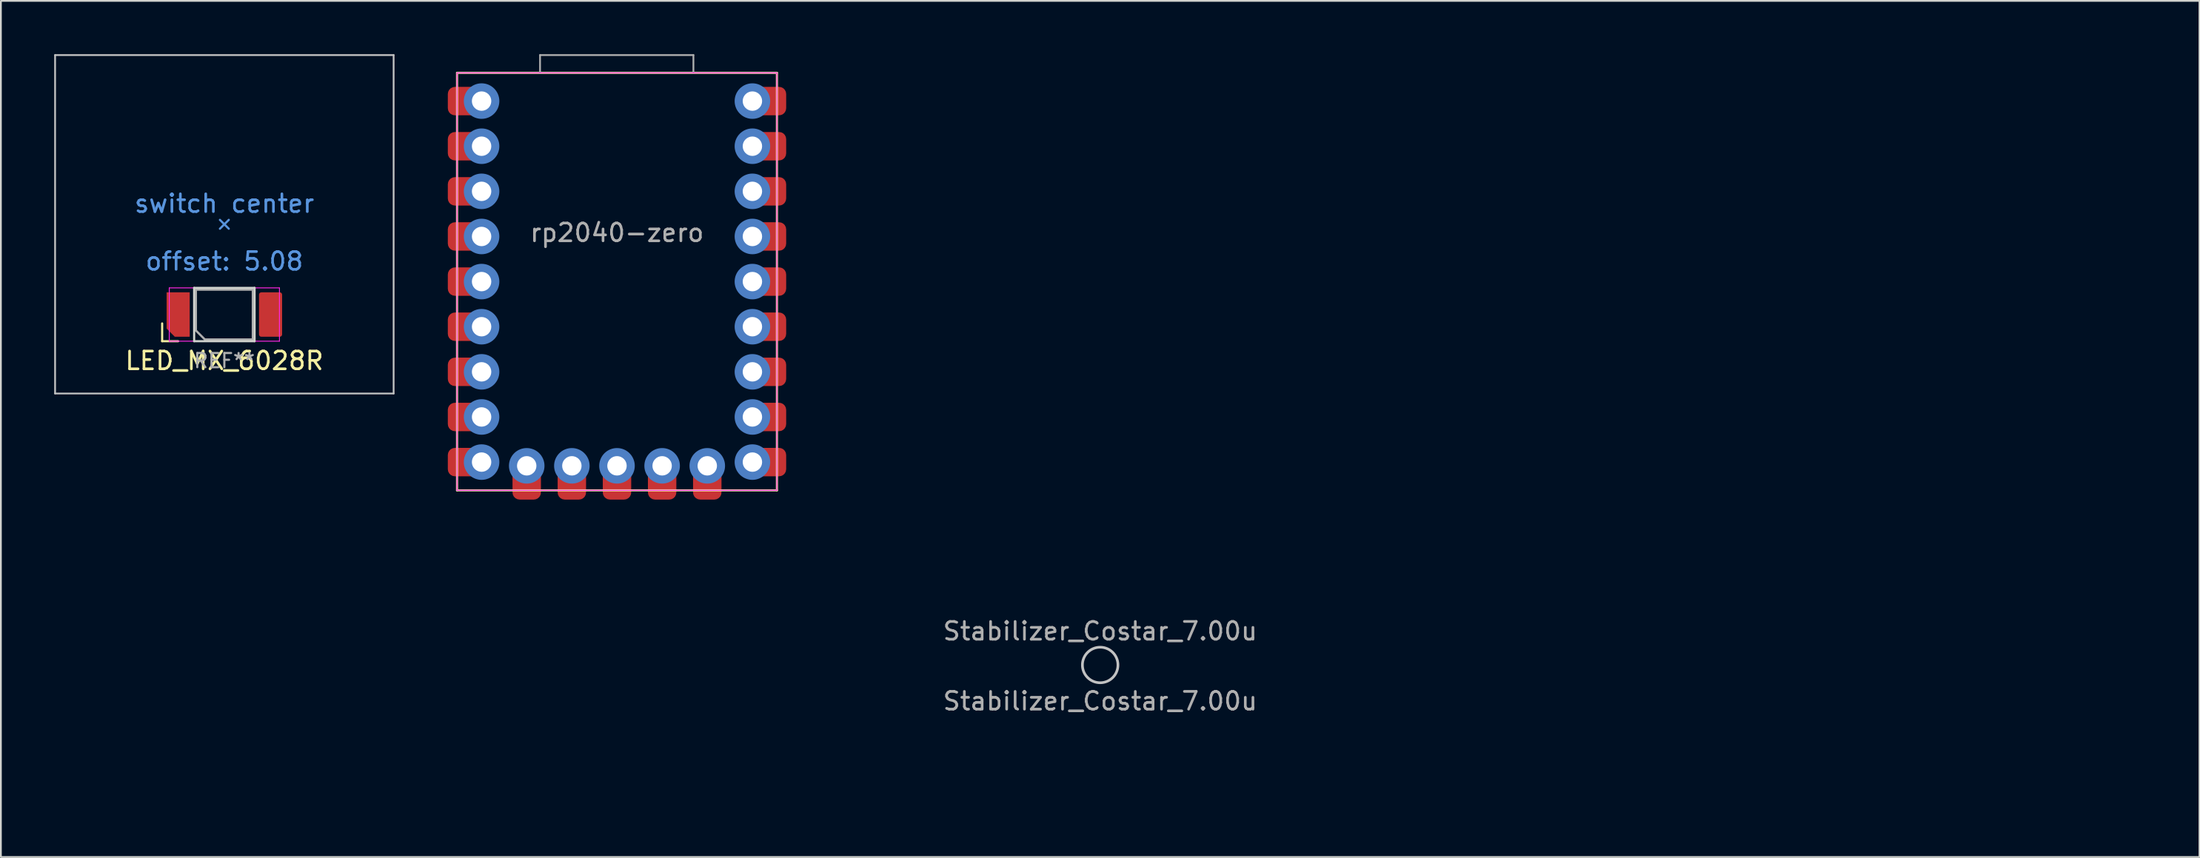
<source format=kicad_pcb>
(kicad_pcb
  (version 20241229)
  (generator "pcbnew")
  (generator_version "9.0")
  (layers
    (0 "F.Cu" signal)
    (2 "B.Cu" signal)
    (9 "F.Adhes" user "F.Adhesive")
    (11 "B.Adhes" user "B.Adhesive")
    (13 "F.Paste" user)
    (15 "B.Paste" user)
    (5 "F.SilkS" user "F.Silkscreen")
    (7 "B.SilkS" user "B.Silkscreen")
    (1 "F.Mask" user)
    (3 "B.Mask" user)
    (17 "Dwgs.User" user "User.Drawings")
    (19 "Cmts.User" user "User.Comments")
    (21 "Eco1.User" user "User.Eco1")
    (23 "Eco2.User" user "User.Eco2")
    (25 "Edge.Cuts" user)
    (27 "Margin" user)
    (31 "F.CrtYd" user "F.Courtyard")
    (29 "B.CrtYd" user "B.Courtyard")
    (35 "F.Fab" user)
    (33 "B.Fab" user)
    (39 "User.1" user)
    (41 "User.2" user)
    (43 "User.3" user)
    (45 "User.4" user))
  (footprint "LED_MX_6028R"
    (layer "F.Cu")
    (at 9.575 14.655)
    (property "Reference" "LED_MX_6028R" (at 0 2.6 0) (layer "F.SilkS") (effects (font (size 1 1) (thickness 0.15))))
    (attr smd)
    (fp_line (start -3.5 0.5) (end -3.5 1.5) (stroke (width 0.12) (type solid)) (layer "F.SilkS"))
    (fp_line (start -3.5 1.5) (end -2.6 1.5) (stroke (width 0.12) (type solid)) (layer "F.SilkS"))
    (fp_line (start -9.525 -14.605) (end -9.525 4.445) (stroke (width 0.1) (type solid)) (layer "Dwgs.User"))
    (fp_line (start -9.525 4.445) (end 9.525 4.445) (stroke (width 0.1) (type solid)) (layer "Dwgs.User"))
    (fp_line (start 9.525 -14.605) (end -9.525 -14.605) (stroke (width 0.1) (type solid)) (layer "Dwgs.User"))
    (fp_line (start 9.525 4.445) (end 9.525 -14.605) (stroke (width 0.1) (type solid)) (layer "Dwgs.User"))
    (fp_line (start -0.25 -4.83) (end 0 -5.08) (stroke (width 0.12) (type solid)) (layer "Cmts.User"))
    (fp_line (start 0 -5.08) (end -0.25 -5.33) (stroke (width 0.12) (type solid)) (layer "Cmts.User"))
    (fp_line (start 0 -5.08) (end 0.25 -5.33) (stroke (width 0.12) (type solid)) (layer "Cmts.User"))
    (fp_line (start 0.25 -4.83) (end 0 -5.08) (stroke (width 0.12) (type solid)) (layer "Cmts.User"))
    (fp_line (start -1.7 -1.5) (end 1.7 -1.5) (stroke (width 0.12) (type solid)) (layer "Edge.Cuts"))
    (fp_line (start -1.7 1.5) (end -1.7 -1.5) (stroke (width 0.12) (type solid)) (layer "Edge.Cuts"))
    (fp_line (start 1.7 -1.5) (end 1.7 1.5) (stroke (width 0.12) (type solid)) (layer "Edge.Cuts"))
    (fp_line (start 1.7 1.5) (end -1.7 1.5) (stroke (width 0.12) (type solid)) (layer "Edge.Cuts"))
    (fp_line (start -3.1 -1.5) (end 3.1 -1.5) (stroke (width 0.05) (type solid)) (layer "F.CrtYd"))
    (fp_line (start -3.1 1.5) (end -3.1 -1.5) (stroke (width 0.05) (type solid)) (layer "F.CrtYd"))
    (fp_line (start 3.1 -1.5) (end 3.1 1.5) (stroke (width 0.05) (type solid)) (layer "F.CrtYd"))
    (fp_line (start 3.1 1.5) (end -3.1 1.5) (stroke (width 0.05) (type solid)) (layer "F.CrtYd"))
    (fp_line (start -1.6 -1.4) (end 1.6 -1.4) (stroke (width 0.12) (type solid)) (layer "F.Fab"))
    (fp_line (start -1.6 0.9) (end -1.6 -1.4) (stroke (width 0.12) (type solid)) (layer "F.Fab"))
    (fp_line (start -1.6 0.9) (end -1.1 1.4) (stroke (width 0.12) (type solid)) (layer "F.Fab"))
    (fp_line (start 1.6 -1.4) (end 1.6 1.4) (stroke (width 0.12) (type solid)) (layer "F.Fab"))
    (fp_line (start 1.6 1.4) (end -1.1 1.4) (stroke (width 0.12) (type solid)) (layer "F.Fab"))
    (fp_text user "offset: 5.08" (at 0 -3 0) (layer "Cmts.User") (effects (font (size 1 1) (thickness 0.15))))
    (fp_text user "switch center" (at 0 -6.25 0) (layer "Cmts.User") (effects (font (size 1 1) (thickness 0.15))))
    (fp_text user "REF**" (at 0 2.6 0) (layer "F.Fab") (effects (font (size 0.8 0.8) (thickness 0.12))))
    (pad "1" smd custom (at -2.6 0) (size 1.3 1) (layers "F.Cu" "F.Mask" "F.Paste") (options (anchor rect)) (primitives (gr_poly (pts (xy 0.65 1.25) (xy -0.19 1.25) (xy -0.65 0.79) (xy -0.65 -1.25) (xy 0.65 -1.25)) (width 0) (fill yes))))
    (pad "2" smd roundrect (at 2.6 0) (size 1.3 2.5) (layers "F.Cu" "F.Mask" "F.Paste") (roundrect_rratio 0.1)))
  (footprint "Stabilizer_Costar_7.00u"
    (layer "F.Cu")
    (at 58.86 34.38)
    (property "Reference" "Stabilizer_Costar_7.00u" (at 0 -1.905 0) (layer "F.Fab") (effects (font (size 1 1) (thickness 0.15))))
    (attr through_hole)
    (fp_circle (center 0 0) (end 1 0) (stroke (width 0.15) (type solid)) (fill no) (layer "Dwgs.User"))
    (fp_line (start -58.8 -6.25) (end -58.8 7.75) (stroke (width 0.12) (type solid)) (layer "Eco1.User"))
    (fp_line (start -55.5 -6.25) (end -58.8 -6.25) (stroke (width 0.12) (type solid)) (layer "Eco1.User"))
    (fp_line (start -55.5 -6.25) (end -55.5 7.75) (stroke (width 0.12) (type solid)) (layer "Eco1.User"))
    (fp_line (start -55.5 7.75) (end -58.8 7.75) (stroke (width 0.12) (type solid)) (layer "Eco1.User"))
    (fp_line (start 55.5 -6.25) (end 55.5 7.75) (stroke (width 0.12) (type solid)) (layer "Eco1.User"))
    (fp_line (start 58.799 7.747) (end 55.499 7.747) (stroke (width 0.12) (type solid)) (layer "Eco1.User"))
    (fp_line (start 58.8 -6.25) (end 55.5 -6.25) (stroke (width 0.12) (type solid)) (layer "Eco1.User"))
    (fp_line (start 58.8 -6.25) (end 58.8 7.75) (stroke (width 0.12) (type solid)) (layer "Eco1.User"))
    (fp_text user "${REFERENCE}" (at 0 2.032 0) (layer "F.Fab") (effects (font (size 1 1) (thickness 0.15)))))
  (footprint "rp2040-zero"
    (layer "F.Cu")
    (at 31.67 12.8)
    (property "Reference" "rp2040-zero" (at 0 -2.75 0) (layer "F.Fab") (effects (font (size 1 1) (thickness 0.15))))
    (attr through_hole)
    (fp_line (start -9 -11.75) (end -9 11.75) (stroke (width 0.12) (type solid)) (layer "F.SilkS"))
    (fp_line (start -9 11.75) (end 9 11.75) (stroke (width 0.12) (type solid)) (layer "F.SilkS"))
    (fp_line (start 9 -11.75) (end -9 -11.75) (stroke (width 0.12) (type solid)) (layer "F.SilkS"))
    (fp_line (start 9 11.75) (end 9 -11.75) (stroke (width 0.12) (type solid)) (layer "F.SilkS"))
    (fp_line (start -9 -11.75) (end 9 -11.75) (stroke (width 0.05) (type solid)) (layer "F.CrtYd"))
    (fp_line (start -9 11.75) (end -9 -11.75) (stroke (width 0.05) (type solid)) (layer "F.CrtYd"))
    (fp_line (start 9 -11.75) (end 9 11.75) (stroke (width 0.05) (type solid)) (layer "F.CrtYd"))
    (fp_line (start 9 11.75) (end -9 11.75) (stroke (width 0.05) (type solid)) (layer "F.CrtYd"))
    (fp_line (start -4.33 -12.75) (end -4.33 -11.75) (stroke (width 0.1) (type solid)) (layer "F.Fab"))
    (fp_line (start -4.33 -12.75) (end 4.3 -12.75) (stroke (width 0.1) (type solid)) (layer "F.Fab"))
    (fp_line (start 4.3 -12.75) (end 4.3 -11.75) (stroke (width 0.1) (type solid)) (layer "F.Fab"))
    (pad "1" thru_hole circle (at 7.62 -10.16) (size 1.3 1.3) (drill 1.092) (layers "*.Cu" "*.Mask"))
    (pad "1" smd circle (at 7.62 -10.16) (size 2 2) (layers "B.Cu" "B.Mask"))
    (pad "1" smd roundrect (at 7.62 -10.16) (size 2.6 1.6) (drill (offset 0.6 0)) (layers "F.Cu" "F.Mask") (roundrect_rratio 0.25))
    (pad "2" thru_hole circle (at 7.62 -7.62) (size 1.3 1.3) (drill 1.092) (layers "*.Cu" "*.Mask"))
    (pad "2" smd circle (at 7.62 -7.62) (size 2 2) (layers "B.Cu" "B.Mask"))
    (pad "2" smd roundrect (at 7.62 -7.62) (size 2.6 1.6) (drill (offset 0.6 0)) (layers "F.Cu" "F.Mask") (roundrect_rratio 0.25))
    (pad "3" thru_hole circle (at 7.62 -5.08) (size 1.3 1.3) (drill 1.092) (layers "*.Cu" "*.Mask"))
    (pad "3" smd circle (at 7.62 -5.08) (size 2 2) (layers "B.Cu" "B.Mask"))
    (pad "3" smd roundrect (at 7.62 -5.08) (size 2.6 1.6) (drill (offset 0.6 0)) (layers "F.Cu" "F.Mask") (roundrect_rratio 0.25))
    (pad "4" thru_hole circle (at 7.62 -2.54) (size 1.3 1.3) (drill 1.092) (layers "*.Cu" "*.Mask"))
    (pad "4" smd circle (at 7.62 -2.54) (size 2 2) (layers "B.Cu" "B.Mask"))
    (pad "4" smd roundrect (at 7.62 -2.54) (size 2.6 1.6) (drill (offset 0.6 0)) (layers "F.Cu" "F.Mask") (roundrect_rratio 0.25))
    (pad "5" thru_hole circle (at 7.62 0) (size 1.3 1.3) (drill 1.092) (layers "*.Cu" "*.Mask"))
    (pad "5" smd circle (at 7.62 0) (size 2 2) (layers "B.Cu" "B.Mask"))
    (pad "5" smd roundrect (at 7.62 0) (size 2.6 1.6) (drill (offset 0.6 0)) (layers "F.Cu" "F.Mask") (roundrect_rratio 0.25))
    (pad "6" thru_hole circle (at 7.62 2.54) (size 1.3 1.3) (drill 1.092) (layers "*.Cu" "*.Mask"))
    (pad "6" smd circle (at 7.62 2.54) (size 2 2) (layers "B.Cu" "B.Mask"))
    (pad "6" smd roundrect (at 7.62 2.54) (size 2.6 1.6) (drill (offset 0.6 0)) (layers "F.Cu" "F.Mask") (roundrect_rratio 0.25))
    (pad "7" thru_hole circle (at 7.62 5.08) (size 1.3 1.3) (drill 1.092) (layers "*.Cu" "*.Mask"))
    (pad "7" smd circle (at 7.62 5.08) (size 2 2) (layers "B.Cu" "B.Mask"))
    (pad "7" smd roundrect (at 7.62 5.08) (size 2.6 1.6) (drill (offset 0.6 0)) (layers "F.Cu" "F.Mask") (roundrect_rratio 0.25))
    (pad "8" thru_hole circle (at 7.62 7.62) (size 1.3 1.3) (drill 1.092) (layers "*.Cu" "*.Mask"))
    (pad "8" smd circle (at 7.62 7.62) (size 2 2) (layers "B.Cu" "B.Mask"))
    (pad "8" smd roundrect (at 7.62 7.62) (size 2.6 1.6) (drill (offset 0.6 0)) (layers "F.Cu" "F.Mask") (roundrect_rratio 0.25))
    (pad "9" thru_hole circle (at 7.62 10.16) (size 1.3 1.3) (drill 1.092) (layers "*.Cu" "*.Mask"))
    (pad "9" smd circle (at 7.62 10.16) (size 2 2) (layers "B.Cu" "B.Mask"))
    (pad "9" smd roundrect (at 7.62 10.16) (size 2.6 1.6) (drill (offset 0.6 0)) (layers "F.Cu" "F.Mask") (roundrect_rratio 0.25))
    (pad "10" thru_hole circle (at 5.08 10.37) (size 1.3 1.3) (drill 1.092) (layers "*.Cu" "*.Mask"))
    (pad "10" smd roundrect (at 5.08 10.37) (size 1.6 2.6) (drill (offset 0 0.6)) (layers "F.Cu" "F.Mask") (roundrect_rratio 0.25))
    (pad "10" smd circle (at 5.08 10.37) (size 2 2) (layers "B.Cu" "B.Mask"))
    (pad "11" thru_hole circle (at 2.54 10.37) (size 1.3 1.3) (drill 1.092) (layers "*.Cu" "*.Mask"))
    (pad "11" smd roundrect (at 2.54 10.37) (size 1.6 2.6) (drill (offset 0 0.6)) (layers "F.Cu" "F.Mask") (roundrect_rratio 0.25))
    (pad "11" smd circle (at 2.54 10.37) (size 2 2) (layers "B.Cu" "B.Mask"))
    (pad "12" thru_hole circle (at 0 10.37) (size 1.3 1.3) (drill 1.092) (layers "*.Cu" "*.Mask"))
    (pad "12" smd roundrect (at 0 10.37) (size 1.6 2.6) (drill (offset 0 0.6)) (layers "F.Cu" "F.Mask") (roundrect_rratio 0.25))
    (pad "12" smd circle (at 0 10.37) (size 2 2) (layers "B.Cu" "B.Mask"))
    (pad "13" thru_hole circle (at -2.54 10.37) (size 1.3 1.3) (drill 1.092) (layers "*.Cu" "*.Mask"))
    (pad "13" smd roundrect (at -2.54 10.37) (size 1.6 2.6) (drill (offset 0 0.6)) (layers "F.Cu" "F.Mask") (roundrect_rratio 0.25))
    (pad "13" smd circle (at -2.54 10.37) (size 2 2) (layers "B.Cu" "B.Mask"))
    (pad "14" thru_hole circle (at -5.08 10.37) (size 1.3 1.3) (drill 1.092) (layers "*.Cu" "*.Mask"))
    (pad "14" smd roundrect (at -5.08 10.37) (size 1.6 2.6) (drill (offset 0 0.6)) (layers "F.Cu" "F.Mask") (roundrect_rratio 0.25))
    (pad "14" smd circle (at -5.08 10.37) (size 2 2) (layers "B.Cu" "B.Mask"))
    (pad "15" thru_hole circle (at -7.62 10.16) (size 1.3 1.3) (drill 1.092) (layers "*.Cu" "*.Mask"))
    (pad "15" smd circle (at -7.62 10.16) (size 2 2) (layers "B.Cu" "B.Mask"))
    (pad "15" smd roundrect (at -7.62 10.16) (size 2.6 1.6) (drill (offset -0.6 0)) (layers "F.Cu" "F.Mask") (roundrect_rratio 0.25))
    (pad "16" thru_hole circle (at -7.62 7.62) (size 1.3 1.3) (drill 1.092) (layers "*.Cu" "*.Mask"))
    (pad "16" smd circle (at -7.62 7.62) (size 2 2) (layers "B.Cu" "B.Mask"))
    (pad "16" smd roundrect (at -7.62 7.62) (size 2.6 1.6) (drill (offset -0.6 0)) (layers "F.Cu" "F.Mask") (roundrect_rratio 0.25))
    (pad "17" thru_hole circle (at -7.62 5.08) (size 1.3 1.3) (drill 1.092) (layers "*.Cu" "*.Mask"))
    (pad "17" smd circle (at -7.62 5.08) (size 2 2) (layers "B.Cu" "B.Mask"))
    (pad "17" smd roundrect (at -7.62 5.08) (size 2.6 1.6) (drill (offset -0.6 0)) (layers "F.Cu" "F.Mask") (roundrect_rratio 0.25))
    (pad "18" thru_hole circle (at -7.62 2.54) (size 1.3 1.3) (drill 1.092) (layers "*.Cu" "*.Mask"))
    (pad "18" smd circle (at -7.62 2.54) (size 2 2) (layers "B.Cu" "B.Mask"))
    (pad "18" smd roundrect (at -7.62 2.54) (size 2.6 1.6) (drill (offset -0.6 0)) (layers "F.Cu" "F.Mask") (roundrect_rratio 0.25))
    (pad "19" thru_hole circle (at -7.62 0) (size 1.3 1.3) (drill 1.092) (layers "*.Cu" "*.Mask"))
    (pad "19" smd circle (at -7.62 0) (size 2 2) (layers "B.Cu" "B.Mask"))
    (pad "19" smd roundrect (at -7.62 0) (size 2.6 1.6) (drill (offset -0.6 0)) (layers "F.Cu" "F.Mask") (roundrect_rratio 0.25))
    (pad "20" thru_hole circle (at -7.62 -2.54) (size 1.3 1.3) (drill 1.092) (layers "*.Cu" "*.Mask"))
    (pad "20" smd circle (at -7.62 -2.54) (size 2 2) (layers "B.Cu" "B.Mask"))
    (pad "20" smd roundrect (at -7.62 -2.54) (size 2.6 1.6) (drill (offset -0.6 0)) (layers "F.Cu" "F.Mask") (roundrect_rratio 0.25))
    (pad "21" thru_hole circle (at -7.62 -5.08) (size 1.3 1.3) (drill 1.092) (layers "*.Cu" "*.Mask"))
    (pad "21" smd circle (at -7.62 -5.08) (size 2 2) (layers "B.Cu" "B.Mask"))
    (pad "21" smd roundrect (at -7.62 -5.08) (size 2.6 1.6) (drill (offset -0.6 0)) (layers "F.Cu" "F.Mask") (roundrect_rratio 0.25))
    (pad "22" thru_hole circle (at -7.62 -7.62) (size 1.3 1.3) (drill 1.092) (layers "*.Cu" "*.Mask"))
    (pad "22" smd circle (at -7.62 -7.62) (size 2 2) (layers "B.Cu" "B.Mask"))
    (pad "22" smd roundrect (at -7.62 -7.62) (size 2.6 1.6) (drill (offset -0.6 0)) (layers "F.Cu" "F.Mask") (roundrect_rratio 0.25))
    (pad "23" thru_hole circle (at -7.62 -10.16) (size 1.3 1.3) (drill 1.092) (layers "*.Cu" "*.Mask"))
    (pad "23" smd circle (at -7.62 -10.16) (size 2 2) (layers "B.Cu" "B.Mask"))
    (pad "23" smd roundrect (at -7.62 -10.16) (size 2.6 1.6) (drill (offset -0.6 0)) (layers "F.Cu" "F.Mask" "F.Paste") (roundrect_rratio 0.25)))
  (gr_rect
    (start -3 -3)
    (end 120.72 45.19)
    (stroke (width 0.1) (type default))
    (fill no)
    (layer "Edge.Cuts")))
</source>
